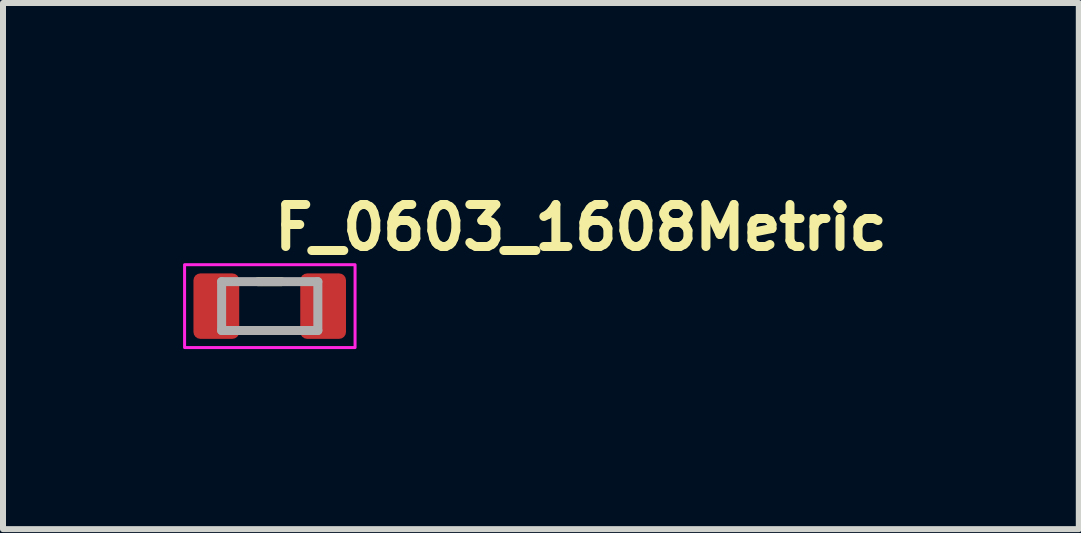
<source format=kicad_pcb>
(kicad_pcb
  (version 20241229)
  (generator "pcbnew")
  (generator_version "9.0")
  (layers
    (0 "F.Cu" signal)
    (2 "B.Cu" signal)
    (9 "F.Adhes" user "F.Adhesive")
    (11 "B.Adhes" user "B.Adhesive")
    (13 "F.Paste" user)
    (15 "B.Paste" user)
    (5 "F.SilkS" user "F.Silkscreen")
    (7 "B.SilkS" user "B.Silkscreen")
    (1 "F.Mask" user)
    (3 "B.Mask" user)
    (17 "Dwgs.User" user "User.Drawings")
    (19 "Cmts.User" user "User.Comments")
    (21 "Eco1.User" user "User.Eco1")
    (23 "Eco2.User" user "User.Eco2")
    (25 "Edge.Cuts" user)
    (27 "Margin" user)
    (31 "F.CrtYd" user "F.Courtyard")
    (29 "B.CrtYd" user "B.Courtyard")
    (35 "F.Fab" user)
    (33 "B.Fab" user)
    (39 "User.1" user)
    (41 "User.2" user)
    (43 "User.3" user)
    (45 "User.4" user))
  (footprint "F_0603_1608Metric"
    (layer "F.Cu")
    (at 1.445 2.05)
    (property "Reference" "F_0603_1608Metric" (at 0 -0.9 0) (layer "F.SilkS") (effects (font (size 0.7 0.7) (thickness 0.15)) (justify left bottom)))
    (attr smd)
    (fp_line (start -0.196 -0.408) (end 0.193 -0.408) (stroke (width 0.15) (type solid)) (layer "F.SilkS"))
    (fp_line (start -0.196 0.406) (end 0.193 0.406) (stroke (width 0.15) (type solid)) (layer "F.SilkS"))
    (fp_rect (start -1.42 -0.69) (end 1.42 0.69) (stroke (width 0.05) (type solid)) (fill no) (layer "F.CrtYd"))
    (fp_line (start -0.803 0.406) (end -0.803 -0.408) (stroke (width 0.15) (type solid)) (layer "F.Fab"))
    (fp_line (start 0.8 -0.408) (end -0.803 -0.408) (stroke (width 0.15) (type solid)) (layer "F.Fab"))
    (fp_line (start 0.8 -0.408) (end 0.8 0.406) (stroke (width 0.15) (type solid)) (layer "F.Fab"))
    (fp_line (start 0.8 0.406) (end -0.803 0.406) (stroke (width 0.15) (type solid)) (layer "F.Fab"))
    (fp_rect (start -0.802 -0.402) (end 0.8 0.4) (stroke (width 0.1) (type solid)) (fill no) (layer "User.5"))
    (fp_line (start -0.802 -0.392) (end -0.802 -0.392) (stroke (width 0.02) (type solid)) (layer "User.9"))
    (fp_line (start -0.802 -0.392) (end -0.801 -0.391) (stroke (width 0.02) (type solid)) (layer "User.9"))
    (fp_line (start -0.802 0.39) (end -0.802 -0.392) (stroke (width 0.02) (type solid)) (layer "User.9"))
    (fp_line (start -0.802 0.39) (end -0.802 0.39) (stroke (width 0.02) (type solid)) (layer "User.9"))
    (fp_line (start -0.802 0.39) (end -0.801 0.39) (stroke (width 0.02) (type solid)) (layer "User.9"))
    (fp_line (start -0.801 -0.396) (end -0.801 -0.395) (stroke (width 0.02) (type solid)) (layer "User.9"))
    (fp_line (start -0.801 -0.395) (end -0.801 -0.395) (stroke (width 0.02) (type solid)) (layer "User.9"))
    (fp_line (start -0.801 -0.395) (end -0.801 -0.394) (stroke (width 0.02) (type solid)) (layer "User.9"))
    (fp_line (start -0.801 -0.394) (end -0.801 -0.394) (stroke (width 0.02) (type solid)) (layer "User.9"))
    (fp_line (start -0.801 -0.394) (end -0.801 -0.394) (stroke (width 0.02) (type solid)) (layer "User.9"))
    (fp_line (start -0.801 -0.394) (end -0.801 -0.393) (stroke (width 0.02) (type solid)) (layer "User.9"))
    (fp_line (start -0.801 -0.393) (end -0.801 -0.393) (stroke (width 0.02) (type solid)) (layer "User.9"))
    (fp_line (start -0.801 -0.393) (end -0.801 -0.392) (stroke (width 0.02) (type solid)) (layer "User.9"))
    (fp_line (start -0.801 -0.392) (end -0.802 -0.392) (stroke (width 0.02) (type solid)) (layer "User.9"))
    (fp_line (start -0.801 -0.391) (end -0.801 -0.39) (stroke (width 0.02) (type solid)) (layer "User.9"))
    (fp_line (start -0.801 -0.39) (end -0.801 -0.39) (stroke (width 0.02) (type solid)) (layer "User.9"))
    (fp_line (start -0.801 -0.39) (end -0.801 -0.389) (stroke (width 0.02) (type solid)) (layer "User.9"))
    (fp_line (start -0.801 -0.389) (end -0.801 -0.389) (stroke (width 0.02) (type solid)) (layer "User.9"))
    (fp_line (start -0.801 -0.389) (end -0.801 -0.389) (stroke (width 0.02) (type solid)) (layer "User.9"))
    (fp_line (start -0.801 -0.389) (end -0.801 -0.388) (stroke (width 0.02) (type solid)) (layer "User.9"))
    (fp_line (start -0.801 -0.388) (end -0.801 -0.388) (stroke (width 0.02) (type solid)) (layer "User.9"))
    (fp_line (start -0.801 -0.388) (end -0.801 -0.387) (stroke (width 0.02) (type solid)) (layer "User.9"))
    (fp_line (start -0.801 -0.387) (end -0.8 -0.387) (stroke (width 0.02) (type solid)) (layer "User.9"))
    (fp_line (start -0.801 0.385) (end -0.801 0.386) (stroke (width 0.02) (type solid)) (layer "User.9"))
    (fp_line (start -0.801 0.386) (end -0.801 0.386) (stroke (width 0.02) (type solid)) (layer "User.9"))
    (fp_line (start -0.801 0.386) (end -0.801 0.387) (stroke (width 0.02) (type solid)) (layer "User.9"))
    (fp_line (start -0.801 0.387) (end -0.801 0.387) (stroke (width 0.02) (type solid)) (layer "User.9"))
    (fp_line (start -0.801 0.387) (end -0.801 0.387) (stroke (width 0.02) (type solid)) (layer "User.9"))
    (fp_line (start -0.801 0.387) (end -0.801 0.388) (stroke (width 0.02) (type solid)) (layer "User.9"))
    (fp_line (start -0.801 0.388) (end -0.801 0.388) (stroke (width 0.02) (type solid)) (layer "User.9"))
    (fp_line (start -0.801 0.388) (end -0.801 0.389) (stroke (width 0.02) (type solid)) (layer "User.9"))
    (fp_line (start -0.801 0.389) (end -0.802 0.39) (stroke (width 0.02) (type solid)) (layer "User.9"))
    (fp_line (start -0.801 0.39) (end -0.801 0.391) (stroke (width 0.02) (type solid)) (layer "User.9"))
    (fp_line (start -0.801 0.391) (end -0.801 0.391) (stroke (width 0.02) (type solid)) (layer "User.9"))
    (fp_line (start -0.801 0.391) (end -0.801 0.392) (stroke (width 0.02) (type solid)) (layer "User.9"))
    (fp_line (start -0.801 0.392) (end -0.801 0.392) (stroke (width 0.02) (type solid)) (layer "User.9"))
    (fp_line (start -0.801 0.392) (end -0.801 0.392) (stroke (width 0.02) (type solid)) (layer "User.9"))
    (fp_line (start -0.801 0.392) (end -0.801 0.393) (stroke (width 0.02) (type solid)) (layer "User.9"))
    (fp_line (start -0.801 0.393) (end -0.801 0.393) (stroke (width 0.02) (type solid)) (layer "User.9"))
    (fp_line (start -0.801 0.393) (end -0.801 0.394) (stroke (width 0.02) (type solid)) (layer "User.9"))
    (fp_line (start -0.801 0.394) (end -0.8 0.394) (stroke (width 0.02) (type solid)) (layer "User.9"))
    (fp_line (start -0.8 -0.397) (end -0.8 -0.397) (stroke (width 0.02) (type solid)) (layer "User.9"))
    (fp_line (start -0.8 -0.397) (end -0.8 -0.397) (stroke (width 0.02) (type solid)) (layer "User.9"))
    (fp_line (start -0.8 -0.397) (end -0.8 -0.396) (stroke (width 0.02) (type solid)) (layer "User.9"))
    (fp_line (start -0.8 -0.396) (end -0.801 -0.396) (stroke (width 0.02) (type solid)) (layer "User.9"))
    (fp_line (start -0.8 -0.387) (end -0.8 -0.386) (stroke (width 0.02) (type solid)) (layer "User.9"))
    (fp_line (start -0.8 -0.386) (end -0.8 -0.386) (stroke (width 0.02) (type solid)) (layer "User.9"))
    (fp_line (start -0.8 -0.386) (end -0.8 -0.386) (stroke (width 0.02) (type solid)) (layer "User.9"))
    (fp_line (start -0.8 -0.386) (end -0.799 -0.384) (stroke (width 0.02) (type solid)) (layer "User.9"))
    (fp_line (start -0.8 0.384) (end -0.8 0.384) (stroke (width 0.02) (type solid)) (layer "User.9"))
    (fp_line (start -0.8 0.384) (end -0.8 0.384) (stroke (width 0.02) (type solid)) (layer "User.9"))
    (fp_line (start -0.8 0.384) (end -0.8 0.385) (stroke (width 0.02) (type solid)) (layer "User.9"))
    (fp_line (start -0.8 0.385) (end -0.801 0.385) (stroke (width 0.02) (type solid)) (layer "User.9"))
    (fp_line (start -0.8 0.394) (end -0.8 0.395) (stroke (width 0.02) (type solid)) (layer "User.9"))
    (fp_line (start -0.8 0.395) (end -0.8 0.395) (stroke (width 0.02) (type solid)) (layer "User.9"))
    (fp_line (start -0.8 0.395) (end -0.8 0.395) (stroke (width 0.02) (type solid)) (layer "User.9"))
    (fp_line (start -0.8 0.395) (end -0.799 0.396) (stroke (width 0.02) (type solid)) (layer "User.9"))
    (fp_line (start -0.799 -0.399) (end -0.799 -0.398) (stroke (width 0.02) (type solid)) (layer "User.9"))
    (fp_line (start -0.799 -0.398) (end -0.8 -0.397) (stroke (width 0.02) (type solid)) (layer "User.9"))
    (fp_line (start -0.799 -0.398) (end -0.799 -0.398) (stroke (width 0.02) (type solid)) (layer "User.9"))
    (fp_line (start -0.799 -0.384) (end -0.799 -0.384) (stroke (width 0.02) (type solid)) (layer "User.9"))
    (fp_line (start -0.799 -0.384) (end -0.799 -0.383) (stroke (width 0.02) (type solid)) (layer "User.9"))
    (fp_line (start -0.799 -0.383) (end -0.798 -0.383) (stroke (width 0.02) (type solid)) (layer "User.9"))
    (fp_line (start -0.799 0.381) (end -0.799 0.382) (stroke (width 0.02) (type solid)) (layer "User.9"))
    (fp_line (start -0.799 0.382) (end -0.8 0.384) (stroke (width 0.02) (type solid)) (layer "User.9"))
    (fp_line (start -0.799 0.382) (end -0.799 0.382) (stroke (width 0.02) (type solid)) (layer "User.9"))
    (fp_line (start -0.799 0.396) (end -0.799 0.396) (stroke (width 0.02) (type solid)) (layer "User.9"))
    (fp_line (start -0.799 0.396) (end -0.799 0.397) (stroke (width 0.02) (type solid)) (layer "User.9"))
    (fp_line (start -0.799 0.397) (end -0.798 0.397) (stroke (width 0.02) (type solid)) (layer "User.9"))
    (fp_line (start -0.798 -0.399) (end -0.799 -0.399) (stroke (width 0.02) (type solid)) (layer "User.9"))
    (fp_line (start -0.798 -0.399) (end -0.798 -0.399) (stroke (width 0.02) (type solid)) (layer "User.9"))
    (fp_line (start -0.798 -0.383) (end -0.798 -0.383) (stroke (width 0.02) (type solid)) (layer "User.9"))
    (fp_line (start -0.798 -0.383) (end -0.797 -0.382) (stroke (width 0.02) (type solid)) (layer "User.9"))
    (fp_line (start -0.798 0.381) (end -0.799 0.381) (stroke (width 0.02) (type solid)) (layer "User.9"))
    (fp_line (start -0.798 0.381) (end -0.798 0.381) (stroke (width 0.02) (type solid)) (layer "User.9"))
    (fp_line (start -0.798 0.397) (end -0.798 0.397) (stroke (width 0.02) (type solid)) (layer "User.9"))
    (fp_line (start -0.798 0.397) (end -0.797 0.398) (stroke (width 0.02) (type solid)) (layer "User.9"))
    (fp_line (start -0.797 -0.4) (end -0.798 -0.399) (stroke (width 0.02) (type solid)) (layer "User.9"))
    (fp_line (start -0.797 -0.4) (end -0.797 -0.4) (stroke (width 0.02) (type solid)) (layer "User.9"))
    (fp_line (start -0.797 -0.4) (end -0.797 -0.4) (stroke (width 0.02) (type solid)) (layer "User.9"))
    (fp_line (start -0.797 -0.382) (end -0.797 -0.382) (stroke (width 0.02) (type solid)) (layer "User.9"))
    (fp_line (start -0.797 -0.382) (end -0.797 -0.382) (stroke (width 0.02) (type solid)) (layer "User.9"))
    (fp_line (start -0.797 -0.382) (end -0.796 -0.382) (stroke (width 0.02) (type solid)) (layer "User.9"))
    (fp_line (start -0.797 0.38) (end -0.798 0.381) (stroke (width 0.02) (type solid)) (layer "User.9"))
    (fp_line (start -0.797 0.38) (end -0.797 0.38) (stroke (width 0.02) (type solid)) (layer "User.9"))
    (fp_line (start -0.797 0.38) (end -0.797 0.38) (stroke (width 0.02) (type solid)) (layer "User.9"))
    (fp_line (start -0.797 0.398) (end -0.797 0.398) (stroke (width 0.02) (type solid)) (layer "User.9"))
    (fp_line (start -0.797 0.398) (end -0.797 0.398) (stroke (width 0.02) (type solid)) (layer "User.9"))
    (fp_line (start -0.797 0.398) (end -0.796 0.398) (stroke (width 0.02) (type solid)) (layer "User.9"))
    (fp_line (start -0.796 -0.401) (end -0.796 -0.4) (stroke (width 0.02) (type solid)) (layer "User.9"))
    (fp_line (start -0.796 -0.4) (end -0.797 -0.4) (stroke (width 0.02) (type solid)) (layer "User.9"))
    (fp_line (start -0.796 -0.382) (end -0.796 -0.381) (stroke (width 0.02) (type solid)) (layer "User.9"))
    (fp_line (start -0.796 -0.381) (end -0.795 -0.381) (stroke (width 0.02) (type solid)) (layer "User.9"))
    (fp_line (start -0.796 0.379) (end -0.796 0.38) (stroke (width 0.02) (type solid)) (layer "User.9"))
    (fp_line (start -0.796 0.38) (end -0.797 0.38) (stroke (width 0.02) (type solid)) (layer "User.9"))
    (fp_line (start -0.796 0.398) (end -0.796 0.399) (stroke (width 0.02) (type solid)) (layer "User.9"))
    (fp_line (start -0.796 0.399) (end -0.795 0.399) (stroke (width 0.02) (type solid)) (layer "User.9"))
    (fp_line (start -0.795 -0.401) (end -0.796 -0.401) (stroke (width 0.02) (type solid)) (layer "User.9"))
    (fp_line (start -0.795 -0.401) (end -0.795 -0.401) (stroke (width 0.02) (type solid)) (layer "User.9"))
    (fp_line (start -0.795 -0.381) (end -0.795 -0.381) (stroke (width 0.02) (type solid)) (layer "User.9"))
    (fp_line (start -0.795 -0.381) (end -0.794 -0.381) (stroke (width 0.02) (type solid)) (layer "User.9"))
    (fp_line (start -0.795 0.379) (end -0.796 0.379) (stroke (width 0.02) (type solid)) (layer "User.9"))
    (fp_line (start -0.795 0.379) (end -0.795 0.379) (stroke (width 0.02) (type solid)) (layer "User.9"))
    (fp_line (start -0.795 0.399) (end -0.795 0.399) (stroke (width 0.02) (type solid)) (layer "User.9"))
    (fp_line (start -0.795 0.399) (end -0.794 0.399) (stroke (width 0.02) (type solid)) (layer "User.9"))
    (fp_line (start -0.794 -0.401) (end -0.795 -0.401) (stroke (width 0.02) (type solid)) (layer "User.9"))
    (fp_line (start -0.794 -0.401) (end -0.794 -0.401) (stroke (width 0.02) (type solid)) (layer "User.9"))
    (fp_line (start -0.794 -0.401) (end -0.794 -0.401) (stroke (width 0.02) (type solid)) (layer "User.9"))
    (fp_line (start -0.794 -0.381) (end -0.794 -0.381) (stroke (width 0.02) (type solid)) (layer "User.9"))
    (fp_line (start -0.794 -0.381) (end -0.794 -0.381) (stroke (width 0.02) (type solid)) (layer "User.9"))
    (fp_line (start -0.794 -0.381) (end -0.793 -0.381) (stroke (width 0.02) (type solid)) (layer "User.9"))
    (fp_line (start -0.794 0.379) (end -0.795 0.379) (stroke (width 0.02) (type solid)) (layer "User.9"))
    (fp_line (start -0.794 0.379) (end -0.794 0.379) (stroke (width 0.02) (type solid)) (layer "User.9"))
    (fp_line (start -0.794 0.379) (end -0.794 0.379) (stroke (width 0.02) (type solid)) (layer "User.9"))
    (fp_line (start -0.794 0.399) (end -0.794 0.399) (stroke (width 0.02) (type solid)) (layer "User.9"))
    (fp_line (start -0.794 0.399) (end -0.794 0.399) (stroke (width 0.02) (type solid)) (layer "User.9"))
    (fp_line (start -0.794 0.399) (end -0.793 0.399) (stroke (width 0.02) (type solid)) (layer "User.9"))
    (fp_line (start -0.793 -0.401) (end -0.794 -0.401) (stroke (width 0.02) (type solid)) (layer "User.9"))
    (fp_line (start -0.793 -0.401) (end -0.793 -0.401) (stroke (width 0.02) (type solid)) (layer "User.9"))
    (fp_line (start -0.793 -0.381) (end -0.793 -0.381) (stroke (width 0.02) (type solid)) (layer "User.9"))
    (fp_line (start -0.793 -0.381) (end -0.792 -0.381) (stroke (width 0.02) (type solid)) (layer "User.9"))
    (fp_line (start -0.793 0.379) (end -0.794 0.379) (stroke (width 0.02) (type solid)) (layer "User.9"))
    (fp_line (start -0.793 0.379) (end -0.793 0.379) (stroke (width 0.02) (type solid)) (layer "User.9"))
    (fp_line (start -0.793 0.399) (end -0.793 0.399) (stroke (width 0.02) (type solid)) (layer "User.9"))
    (fp_line (start -0.793 0.399) (end -0.792 0.399) (stroke (width 0.02) (type solid)) (layer "User.9"))
    (fp_line (start -0.792 -0.402) (end -0.792 -0.402) (stroke (width 0.02) (type solid)) (layer "User.9"))
    (fp_line (start -0.792 -0.402) (end -0.792 -0.401) (stroke (width 0.02) (type solid)) (layer "User.9"))
    (fp_line (start -0.792 -0.402) (end -0.777 -0.402) (stroke (width 0.02) (type solid)) (layer "User.9"))
    (fp_line (start -0.792 -0.402) (end -0.772 -0.402) (stroke (width 0.02) (type solid)) (layer "User.9"))
    (fp_line (start -0.792 -0.401) (end -0.793 -0.401) (stroke (width 0.02) (type solid)) (layer "User.9"))
    (fp_line (start -0.792 -0.381) (end -0.792 -0.38) (stroke (width 0.02) (type solid)) (layer "User.9"))
    (fp_line (start -0.792 -0.38) (end -0.792 -0.38) (stroke (width 0.02) (type solid)) (layer "User.9"))
    (fp_line (start -0.792 -0.38) (end -0.791 -0.381) (stroke (width 0.02) (type solid)) (layer "User.9"))
    (fp_line (start -0.792 0.378) (end -0.792 0.378) (stroke (width 0.02) (type solid)) (layer "User.9"))
    (fp_line (start -0.792 0.378) (end -0.792 0.379) (stroke (width 0.02) (type solid)) (layer "User.9"))
    (fp_line (start -0.792 0.379) (end -0.793 0.379) (stroke (width 0.02) (type solid)) (layer "User.9"))
    (fp_line (start -0.792 0.399) (end -0.792 0.4) (stroke (width 0.02) (type solid)) (layer "User.9"))
    (fp_line (start -0.792 0.4) (end -0.792 0.4) (stroke (width 0.02) (type solid)) (layer "User.9"))
    (fp_line (start -0.792 0.4) (end -0.791 0.399) (stroke (width 0.02) (type solid)) (layer "User.9"))
    (fp_line (start -0.792 0.4) (end -0.777 0.4) (stroke (width 0.02) (type solid)) (layer "User.9"))
    (fp_line (start -0.792 0.4) (end -0.772 0.4) (stroke (width 0.02) (type solid)) (layer "User.9"))
    (fp_line (start -0.791 -0.401) (end -0.792 -0.402) (stroke (width 0.02) (type solid)) (layer "User.9"))
    (fp_line (start -0.791 -0.381) (end -0.79 -0.381) (stroke (width 0.02) (type solid)) (layer "User.9"))
    (fp_line (start -0.791 0.379) (end -0.792 0.378) (stroke (width 0.02) (type solid)) (layer "User.9"))
    (fp_line (start -0.791 0.399) (end -0.79 0.399) (stroke (width 0.02) (type solid)) (layer "User.9"))
    (fp_line (start -0.79 -0.401) (end -0.791 -0.401) (stroke (width 0.02) (type solid)) (layer "User.9"))
    (fp_line (start -0.79 -0.401) (end -0.79 -0.401) (stroke (width 0.02) (type solid)) (layer "User.9"))
    (fp_line (start -0.79 -0.381) (end -0.79 -0.381) (stroke (width 0.02) (type solid)) (layer "User.9"))
    (fp_line (start -0.79 -0.381) (end -0.789 -0.381) (stroke (width 0.02) (type solid)) (layer "User.9"))
    (fp_line (start -0.79 0.379) (end -0.791 0.379) (stroke (width 0.02) (type solid)) (layer "User.9"))
    (fp_line (start -0.79 0.379) (end -0.79 0.379) (stroke (width 0.02) (type solid)) (layer "User.9"))
    (fp_line (start -0.79 0.399) (end -0.79 0.399) (stroke (width 0.02) (type solid)) (layer "User.9"))
    (fp_line (start -0.79 0.399) (end -0.789 0.399) (stroke (width 0.02) (type solid)) (layer "User.9"))
    (fp_line (start -0.789 -0.401) (end -0.79 -0.401) (stroke (width 0.02) (type solid)) (layer "User.9"))
    (fp_line (start -0.789 -0.401) (end -0.789 -0.401) (stroke (width 0.02) (type solid)) (layer "User.9"))
    (fp_line (start -0.789 -0.401) (end -0.789 -0.401) (stroke (width 0.02) (type solid)) (layer "User.9"))
    (fp_line (start -0.789 -0.381) (end -0.789 -0.381) (stroke (width 0.02) (type solid)) (layer "User.9"))
    (fp_line (start -0.789 -0.381) (end -0.789 -0.381) (stroke (width 0.02) (type solid)) (layer "User.9"))
    (fp_line (start -0.789 -0.381) (end -0.788 -0.381) (stroke (width 0.02) (type solid)) (layer "User.9"))
    (fp_line (start -0.789 0.379) (end -0.79 0.379) (stroke (width 0.02) (type solid)) (layer "User.9"))
    (fp_line (start -0.789 0.379) (end -0.789 0.379) (stroke (width 0.02) (type solid)) (layer "User.9"))
    (fp_line (start -0.789 0.379) (end -0.789 0.379) (stroke (width 0.02) (type solid)) (layer "User.9"))
    (fp_line (start -0.789 0.399) (end -0.789 0.399) (stroke (width 0.02) (type solid)) (layer "User.9"))
    (fp_line (start -0.789 0.399) (end -0.789 0.399) (stroke (width 0.02) (type solid)) (layer "User.9"))
    (fp_line (start -0.789 0.399) (end -0.788 0.399) (stroke (width 0.02) (type solid)) (layer "User.9"))
    (fp_line (start -0.788 -0.401) (end -0.789 -0.401) (stroke (width 0.02) (type solid)) (layer "User.9"))
    (fp_line (start -0.788 -0.401) (end -0.788 -0.401) (stroke (width 0.02) (type solid)) (layer "User.9"))
    (fp_line (start -0.788 -0.381) (end -0.788 -0.381) (stroke (width 0.02) (type solid)) (layer "User.9"))
    (fp_line (start -0.788 -0.381) (end -0.787 -0.381) (stroke (width 0.02) (type solid)) (layer "User.9"))
    (fp_line (start -0.788 0.379) (end -0.789 0.379) (stroke (width 0.02) (type solid)) (layer "User.9"))
    (fp_line (start -0.788 0.379) (end -0.788 0.379) (stroke (width 0.02) (type solid)) (layer "User.9"))
    (fp_line (start -0.788 0.399) (end -0.788 0.399) (stroke (width 0.02) (type solid)) (layer "User.9"))
    (fp_line (start -0.788 0.399) (end -0.787 0.399) (stroke (width 0.02) (type solid)) (layer "User.9"))
    (fp_line (start -0.787 -0.401) (end -0.788 -0.401) (stroke (width 0.02) (type solid)) (layer "User.9"))
    (fp_line (start -0.787 -0.4) (end -0.787 -0.401) (stroke (width 0.02) (type solid)) (layer "User.9"))
    (fp_line (start -0.787 -0.382) (end -0.786 -0.382) (stroke (width 0.02) (type solid)) (layer "User.9"))
    (fp_line (start -0.787 -0.381) (end -0.787 -0.382) (stroke (width 0.02) (type solid)) (layer "User.9"))
    (fp_line (start -0.787 0.379) (end -0.788 0.379) (stroke (width 0.02) (type solid)) (layer "User.9"))
    (fp_line (start -0.787 0.38) (end -0.787 0.379) (stroke (width 0.02) (type solid)) (layer "User.9"))
    (fp_line (start -0.787 0.398) (end -0.786 0.398) (stroke (width 0.02) (type solid)) (layer "User.9"))
    (fp_line (start -0.787 0.399) (end -0.787 0.398) (stroke (width 0.02) (type solid)) (layer "User.9"))
    (fp_line (start -0.786 -0.4) (end -0.787 -0.4) (stroke (width 0.02) (type solid)) (layer "User.9"))
    (fp_line (start -0.786 -0.4) (end -0.786 -0.4) (stroke (width 0.02) (type solid)) (layer "User.9"))
    (fp_line (start -0.786 -0.4) (end -0.786 -0.4) (stroke (width 0.02) (type solid)) (layer "User.9"))
    (fp_line (start -0.786 -0.382) (end -0.786 -0.382) (stroke (width 0.02) (type solid)) (layer "User.9"))
    (fp_line (start -0.786 -0.382) (end -0.786 -0.382) (stroke (width 0.02) (type solid)) (layer "User.9"))
    (fp_line (start -0.786 -0.382) (end -0.785 -0.383) (stroke (width 0.02) (type solid)) (layer "User.9"))
    (fp_line (start -0.786 0.38) (end -0.787 0.38) (stroke (width 0.02) (type solid)) (layer "User.9"))
    (fp_line (start -0.786 0.38) (end -0.786 0.38) (stroke (width 0.02) (type solid)) (layer "User.9"))
    (fp_line (start -0.786 0.38) (end -0.786 0.38) (stroke (width 0.02) (type solid)) (layer "User.9"))
    (fp_line (start -0.786 0.398) (end -0.786 0.398) (stroke (width 0.02) (type solid)) (layer "User.9"))
    (fp_line (start -0.786 0.398) (end -0.786 0.398) (stroke (width 0.02) (type solid)) (layer "User.9"))
    (fp_line (start -0.786 0.398) (end -0.785 0.397) (stroke (width 0.02) (type solid)) (layer "User.9"))
    (fp_line (start -0.785 -0.399) (end -0.786 -0.4) (stroke (width 0.02) (type solid)) (layer "User.9"))
    (fp_line (start -0.785 -0.399) (end -0.785 -0.399) (stroke (width 0.02) (type solid)) (layer "User.9"))
    (fp_line (start -0.785 -0.383) (end -0.785 -0.383) (stroke (width 0.02) (type solid)) (layer "User.9"))
    (fp_line (start -0.785 -0.383) (end -0.784 -0.383) (stroke (width 0.02) (type solid)) (layer "User.9"))
    (fp_line (start -0.785 0.381) (end -0.786 0.38) (stroke (width 0.02) (type solid)) (layer "User.9"))
    (fp_line (start -0.785 0.381) (end -0.785 0.381) (stroke (width 0.02) (type solid)) (layer "User.9"))
    (fp_line (start -0.785 0.397) (end -0.785 0.397) (stroke (width 0.02) (type solid)) (layer "User.9"))
    (fp_line (start -0.785 0.397) (end -0.784 0.397) (stroke (width 0.02) (type solid)) (layer "User.9"))
    (fp_line (start -0.784 -0.399) (end -0.785 -0.399) (stroke (width 0.02) (type solid)) (layer "User.9"))
    (fp_line (start -0.784 -0.398) (end -0.784 -0.399) (stroke (width 0.02) (type solid)) (layer "User.9"))
    (fp_line (start -0.784 -0.398) (end -0.784 -0.398) (stroke (width 0.02) (type solid)) (layer "User.9"))
    (fp_line (start -0.784 -0.384) (end -0.784 -0.384) (stroke (width 0.02) (type solid)) (layer "User.9"))
    (fp_line (start -0.784 -0.384) (end -0.783 -0.386) (stroke (width 0.02) (type solid)) (layer "User.9"))
    (fp_line (start -0.784 -0.383) (end -0.784 -0.384) (stroke (width 0.02) (type solid)) (layer "User.9"))
    (fp_line (start -0.784 0.381) (end -0.785 0.381) (stroke (width 0.02) (type solid)) (layer "User.9"))
    (fp_line (start -0.784 0.382) (end -0.784 0.381) (stroke (width 0.02) (type solid)) (layer "User.9"))
    (fp_line (start -0.784 0.382) (end -0.784 0.382) (stroke (width 0.02) (type solid)) (layer "User.9"))
    (fp_line (start -0.784 0.396) (end -0.784 0.396) (stroke (width 0.02) (type solid)) (layer "User.9"))
    (fp_line (start -0.784 0.396) (end -0.783 0.395) (stroke (width 0.02) (type solid)) (layer "User.9"))
    (fp_line (start -0.784 0.397) (end -0.784 0.396) (stroke (width 0.02) (type solid)) (layer "User.9"))
    (fp_line (start -0.783 -0.397) (end -0.784 -0.398) (stroke (width 0.02) (type solid)) (layer "User.9"))
    (fp_line (start -0.783 -0.397) (end -0.783 -0.397) (stroke (width 0.02) (type solid)) (layer "User.9"))
    (fp_line (start -0.783 -0.397) (end -0.783 -0.397) (stroke (width 0.02) (type solid)) (layer "User.9"))
    (fp_line (start -0.783 -0.396) (end -0.783 -0.397) (stroke (width 0.02) (type solid)) (layer "User.9"))
    (fp_line (start -0.783 -0.387) (end -0.782 -0.387) (stroke (width 0.02) (type solid)) (layer "User.9"))
    (fp_line (start -0.783 -0.386) (end -0.783 -0.387) (stroke (width 0.02) (type solid)) (layer "User.9"))
    (fp_line (start -0.783 -0.386) (end -0.783 -0.386) (stroke (width 0.02) (type solid)) (layer "User.9"))
    (fp_line (start -0.783 -0.386) (end -0.783 -0.386) (stroke (width 0.02) (type solid)) (layer "User.9"))
    (fp_line (start -0.783 0.384) (end -0.784 0.382) (stroke (width 0.02) (type solid)) (layer "User.9"))
    (fp_line (start -0.783 0.384) (end -0.783 0.384) (stroke (width 0.02) (type solid)) (layer "User.9"))
    (fp_line (start -0.783 0.384) (end -0.783 0.384) (stroke (width 0.02) (type solid)) (layer "User.9"))
    (fp_line (start -0.783 0.385) (end -0.783 0.384) (stroke (width 0.02) (type solid)) (layer "User.9"))
    (fp_line (start -0.783 0.394) (end -0.782 0.394) (stroke (width 0.02) (type solid)) (layer "User.9"))
    (fp_line (start -0.783 0.395) (end -0.783 0.394) (stroke (width 0.02) (type solid)) (layer "User.9"))
    (fp_line (start -0.783 0.395) (end -0.783 0.395) (stroke (width 0.02) (type solid)) (layer "User.9"))
    (fp_line (start -0.783 0.395) (end -0.783 0.395) (stroke (width 0.02) (type solid)) (layer "User.9"))
    (fp_line (start -0.782 -0.396) (end -0.783 -0.396) (stroke (width 0.02) (type solid)) (layer "User.9"))
    (fp_line (start -0.782 -0.395) (end -0.782 -0.396) (stroke (width 0.02) (type solid)) (layer "User.9"))
    (fp_line (start -0.782 -0.395) (end -0.782 -0.395) (stroke (width 0.02) (type solid)) (layer "User.9"))
    (fp_line (start -0.782 -0.394) (end -0.782 -0.395) (stroke (width 0.02) (type solid)) (layer "User.9"))
    (fp_line (start -0.782 -0.394) (end -0.782 -0.394) (stroke (width 0.02) (type solid)) (layer "User.9"))
    (fp_line (start -0.782 -0.394) (end -0.782 -0.394) (stroke (width 0.02) (type solid)) (layer "User.9"))
    (fp_line (start -0.782 -0.393) (end -0.782 -0.394) (stroke (width 0.02) (type solid)) (layer "User.9"))
    (fp_line (start -0.782 -0.393) (end -0.782 -0.393) (stroke (width 0.02) (type solid)) (layer "User.9"))
    (fp_line (start -0.782 -0.392) (end -0.782 -0.393) (stroke (width 0.02) (type solid)) (layer "User.9"))
    (fp_line (start -0.782 -0.392) (end -0.782 -0.392) (stroke (width 0.02) (type solid)) (layer "User.9"))
    (fp_line (start -0.782 -0.392) (end -0.782 -0.392) (stroke (width 0.02) (type solid)) (layer "User.9"))
    (fp_line (start -0.782 -0.392) (end -0.782 -0.392) (stroke (width 0.02) (type solid)) (layer "User.9"))
    (fp_line (start -0.782 -0.391) (end -0.782 -0.392) (stroke (width 0.02) (type solid)) (layer "User.9"))
    (fp_line (start -0.782 -0.39) (end -0.782 -0.391) (stroke (width 0.02) (type solid)) (layer "User.9"))
    (fp_line (start -0.782 -0.39) (end -0.782 -0.39) (stroke (width 0.02) (type solid)) (layer "User.9"))
    (fp_line (start -0.782 -0.389) (end -0.782 -0.39) (stroke (width 0.02) (type solid)) (layer "User.9"))
    (fp_line (start -0.782 -0.389) (end -0.782 -0.389) (stroke (width 0.02) (type solid)) (layer "User.9"))
    (fp_line (start -0.782 -0.389) (end -0.782 -0.389) (stroke (width 0.02) (type solid)) (layer "User.9"))
    (fp_line (start -0.782 -0.388) (end -0.782 -0.389) (stroke (width 0.02) (type solid)) (layer "User.9"))
    (fp_line (start -0.782 -0.388) (end -0.782 -0.388) (stroke (width 0.02) (type solid)) (layer "User.9"))
    (fp_line (start -0.782 -0.387) (end -0.782 -0.388) (stroke (width 0.02) (type solid)) (layer "User.9"))
    (fp_line (start -0.782 0.385) (end -0.783 0.385) (stroke (width 0.02) (type solid)) (layer "User.9"))
    (fp_line (start -0.782 0.386) (end -0.782 0.385) (stroke (width 0.02) (type solid)) (layer "User.9"))
    (fp_line (start -0.782 0.386) (end -0.782 0.386) (stroke (width 0.02) (type solid)) (layer "User.9"))
    (fp_line (start -0.782 0.387) (end -0.782 0.386) (stroke (width 0.02) (type solid)) (layer "User.9"))
    (fp_line (start -0.782 0.387) (end -0.782 0.387) (stroke (width 0.02) (type solid)) (layer "User.9"))
    (fp_line (start -0.782 0.387) (end -0.782 0.387) (stroke (width 0.02) (type solid)) (layer "User.9"))
    (fp_line (start -0.782 0.388) (end -0.782 0.387) (stroke (width 0.02) (type solid)) (layer "User.9"))
    (fp_line (start -0.782 0.388) (end -0.782 0.388) (stroke (width 0.02) (type solid)) (layer "User.9"))
    (fp_line (start -0.782 0.389) (end -0.782 0.388) (stroke (width 0.02) (type solid)) (layer "User.9"))
    (fp_line (start -0.782 0.39) (end -0.782 0.389) (stroke (width 0.02) (type solid)) (layer "User.9"))
    (fp_line (start -0.782 0.39) (end -0.782 0.39) (stroke (width 0.02) (type solid)) (layer "User.9"))
    (fp_line (start -0.782 0.39) (end -0.782 0.39) (stroke (width 0.02) (type solid)) (layer "User.9"))
    (fp_line (start -0.782 0.39) (end -0.782 0.39) (stroke (width 0.02) (type solid)) (layer "User.9"))
    (fp_line (start -0.782 0.391) (end -0.782 0.39) (stroke (width 0.02) (type solid)) (layer "User.9"))
    (fp_line (start -0.782 0.391) (end -0.782 0.391) (stroke (width 0.02) (type solid)) (layer "User.9"))
    (fp_line (start -0.782 0.392) (end -0.782 0.391) (stroke (width 0.02) (type solid)) (layer "User.9"))
    (fp_line (start -0.782 0.392) (end -0.782 0.392) (stroke (width 0.02) (type solid)) (layer "User.9"))
    (fp_line (start -0.782 0.392) (end -0.782 0.392) (stroke (width 0.02) (type solid)) (layer "User.9"))
    (fp_line (start -0.782 0.393) (end -0.782 0.392) (stroke (width 0.02) (type solid)) (layer "User.9"))
    (fp_line (start -0.782 0.393) (end -0.782 0.393) (stroke (width 0.02) (type solid)) (layer "User.9"))
    (fp_line (start -0.782 0.394) (end -0.782 0.393) (stroke (width 0.02) (type solid)) (layer "User.9"))
    (fp_line (start -0.777 -0.402) (end -0.772 -0.402) (stroke (width 0.02) (type solid)) (layer "User.9"))
    (fp_line (start -0.777 -0.402) (end -0.772 -0.402) (stroke (width 0.02) (type solid)) (layer "User.9"))
    (fp_line (start -0.772 -0.402) (end -0.792 -0.402) (stroke (width 0.02) (type solid)) (layer "User.9"))
    (fp_line (start -0.772 -0.402) (end -0.6 -0.402) (stroke (width 0.02) (type solid)) (layer "User.9"))
    (fp_line (start -0.772 0.4) (end -0.792 0.4) (stroke (width 0.02) (type solid)) (layer "User.9"))
    (fp_line (start -0.6 -0.402) (end -0.59 -0.392) (stroke (width 0.02) (type solid)) (layer "User.9"))
    (fp_line (start -0.6 -0.402) (end 0.598 -0.402) (stroke (width 0.02) (type solid)) (layer "User.9"))
    (fp_line (start -0.6 0.4) (end -0.772 0.4) (stroke (width 0.02) (type solid)) (layer "User.9"))
    (fp_line (start -0.6 0.4) (end -0.6 -0.402) (stroke (width 0.02) (type solid)) (layer "User.9"))
    (fp_line (start -0.59 0.39) (end -0.6 0.4) (stroke (width 0.02) (type solid)) (layer "User.9"))
    (fp_line (start -0.402 -0.25) (end -0.402 0.248) (stroke (width 0.02) (type solid)) (layer "User.9"))
    (fp_line (start -0.402 0.248) (end -0.332 0.248) (stroke (width 0.02) (type solid)) (layer "User.9"))
    (fp_line (start -0.332 -0.18) (end -0.15 -0.18) (stroke (width 0.02) (type solid)) (layer "User.9"))
    (fp_line (start -0.332 -0.037) (end -0.332 -0.18) (stroke (width 0.02) (type solid)) (layer "User.9"))
    (fp_line (start -0.332 0.248) (end -0.331 0.035) (stroke (width 0.02) (type solid)) (layer "User.9"))
    (fp_line (start -0.331 0.035) (end -0.15 0.035) (stroke (width 0.02) (type solid)) (layer "User.9"))
    (fp_line (start -0.15 -0.25) (end -0.402 -0.25) (stroke (width 0.02) (type solid)) (layer "User.9"))
    (fp_line (start -0.15 -0.18) (end -0.15 -0.25) (stroke (width 0.02) (type solid)) (layer "User.9"))
    (fp_line (start -0.15 -0.037) (end -0.332 -0.037) (stroke (width 0.02) (type solid)) (layer "User.9"))
    (fp_line (start -0.15 0.035) (end -0.15 -0.037) (stroke (width 0.02) (type solid)) (layer "User.9"))
    (fp_line (start 0.148 -0.037) (end 0.148 0.035) (stroke (width 0.02) (type solid)) (layer "User.9"))
    (fp_line (start 0.148 0.035) (end 0.33 0.035) (stroke (width 0.02) (type solid)) (layer "User.9"))
    (fp_line (start 0.148 0.178) (end 0.148 0.248) (stroke (width 0.02) (type solid)) (layer "User.9"))
    (fp_line (start 0.148 0.248) (end 0.4 0.248) (stroke (width 0.02) (type solid)) (layer "User.9"))
    (fp_line (start 0.329 -0.037) (end 0.148 -0.037) (stroke (width 0.02) (type solid)) (layer "User.9"))
    (fp_line (start 0.33 -0.25) (end 0.329 -0.037) (stroke (width 0.02) (type solid)) (layer "User.9"))
    (fp_line (start 0.33 0.035) (end 0.33 0.178) (stroke (width 0.02) (type solid)) (layer "User.9"))
    (fp_line (start 0.33 0.178) (end 0.148 0.178) (stroke (width 0.02) (type solid)) (layer "User.9"))
    (fp_line (start 0.4 -0.25) (end 0.33 -0.25) (stroke (width 0.02) (type solid)) (layer "User.9"))
    (fp_line (start 0.4 0.248) (end 0.4 -0.25) (stroke (width 0.02) (type solid)) (layer "User.9"))
    (fp_line (start 0.588 -0.392) (end 0.598 -0.402) (stroke (width 0.02) (type solid)) (layer "User.9"))
    (fp_line (start 0.588 0.39) (end 0.598 0.4) (stroke (width 0.02) (type solid)) (layer "User.9"))
    (fp_line (start 0.598 -0.402) (end 0.598 0.4) (stroke (width 0.02) (type solid)) (layer "User.9"))
    (fp_line (start 0.598 -0.402) (end 0.77 -0.402) (stroke (width 0.02) (type solid)) (layer "User.9"))
    (fp_line (start 0.598 0.4) (end -0.6 0.4) (stroke (width 0.02) (type solid)) (layer "User.9"))
    (fp_line (start 0.77 -0.402) (end 0.775 -0.402) (stroke (width 0.02) (type solid)) (layer "User.9"))
    (fp_line (start 0.77 -0.402) (end 0.79 -0.402) (stroke (width 0.02) (type solid)) (layer "User.9"))
    (fp_line (start 0.77 0.4) (end 0.598 0.4) (stroke (width 0.02) (type solid)) (layer "User.9"))
    (fp_line (start 0.77 0.4) (end 0.79 0.4) (stroke (width 0.02) (type solid)) (layer "User.9"))
    (fp_line (start 0.775 -0.402) (end 0.77 -0.402) (stroke (width 0.02) (type solid)) (layer "User.9"))
    (fp_line (start 0.775 -0.402) (end 0.79 -0.402) (stroke (width 0.02) (type solid)) (layer "User.9"))
    (fp_line (start 0.775 0.4) (end 0.77 0.4) (stroke (width 0.02) (type solid)) (layer "User.9"))
    (fp_line (start 0.775 0.4) (end 0.77 0.4) (stroke (width 0.02) (type solid)) (layer "User.9"))
    (fp_line (start 0.78 -0.396) (end 0.78 -0.395) (stroke (width 0.02) (type solid)) (layer "User.9"))
    (fp_line (start 0.78 -0.395) (end 0.78 -0.395) (stroke (width 0.02) (type solid)) (layer "User.9"))
    (fp_line (start 0.78 -0.395) (end 0.78 -0.394) (stroke (width 0.02) (type solid)) (layer "User.9"))
    (fp_line (start 0.78 -0.394) (end 0.78 -0.394) (stroke (width 0.02) (type solid)) (layer "User.9"))
    (fp_line (start 0.78 -0.394) (end 0.78 -0.394) (stroke (width 0.02) (type solid)) (layer "User.9"))
    (fp_line (start 0.78 -0.394) (end 0.78 -0.393) (stroke (width 0.02) (type solid)) (layer "User.9"))
    (fp_line (start 0.78 -0.393) (end 0.78 -0.393) (stroke (width 0.02) (type solid)) (layer "User.9"))
    (fp_line (start 0.78 -0.393) (end 0.78 -0.392) (stroke (width 0.02) (type solid)) (layer "User.9"))
    (fp_line (start 0.78 -0.392) (end 0.78 -0.392) (stroke (width 0.02) (type solid)) (layer "User.9"))
    (fp_line (start 0.78 -0.392) (end 0.78 -0.392) (stroke (width 0.02) (type solid)) (layer "User.9"))
    (fp_line (start 0.78 -0.392) (end 0.78 -0.391) (stroke (width 0.02) (type solid)) (layer "User.9"))
    (fp_line (start 0.78 -0.391) (end 0.78 -0.39) (stroke (width 0.02) (type solid)) (layer "User.9"))
    (fp_line (start 0.78 -0.39) (end 0.78 -0.39) (stroke (width 0.02) (type solid)) (layer "User.9"))
    (fp_line (start 0.78 -0.39) (end 0.78 -0.389) (stroke (width 0.02) (type solid)) (layer "User.9"))
    (fp_line (start 0.78 -0.389) (end 0.78 -0.389) (stroke (width 0.02) (type solid)) (layer "User.9"))
    (fp_line (start 0.78 -0.389) (end 0.78 -0.389) (stroke (width 0.02) (type solid)) (layer "User.9"))
    (fp_line (start 0.78 -0.389) (end 0.78 -0.388) (stroke (width 0.02) (type solid)) (layer "User.9"))
    (fp_line (start 0.78 -0.388) (end 0.78 -0.388) (stroke (width 0.02) (type solid)) (layer "User.9"))
    (fp_line (start 0.78 -0.388) (end 0.78 -0.387) (stroke (width 0.02) (type solid)) (layer "User.9"))
    (fp_line (start 0.78 -0.387) (end 0.781 -0.387) (stroke (width 0.02) (type solid)) (layer "User.9"))
    (fp_line (start 0.78 0.385) (end 0.78 0.386) (stroke (width 0.02) (type solid)) (layer "User.9"))
    (fp_line (start 0.78 0.386) (end 0.78 0.386) (stroke (width 0.02) (type solid)) (layer "User.9"))
    (fp_line (start 0.78 0.386) (end 0.78 0.387) (stroke (width 0.02) (type solid)) (layer "User.9"))
    (fp_line (start 0.78 0.387) (end 0.78 0.387) (stroke (width 0.02) (type solid)) (layer "User.9"))
    (fp_line (start 0.78 0.387) (end 0.78 0.387) (stroke (width 0.02) (type solid)) (layer "User.9"))
    (fp_line (start 0.78 0.387) (end 0.78 0.388) (stroke (width 0.02) (type solid)) (layer "User.9"))
    (fp_line (start 0.78 0.388) (end 0.78 0.388) (stroke (width 0.02) (type solid)) (layer "User.9"))
    (fp_line (start 0.78 0.388) (end 0.78 0.389) (stroke (width 0.02) (type solid)) (layer "User.9"))
    (fp_line (start 0.78 0.389) (end 0.78 0.39) (stroke (width 0.02) (type solid)) (layer "User.9"))
    (fp_line (start 0.78 0.39) (end 0.78 0.39) (stroke (width 0.02) (type solid)) (layer "User.9"))
    (fp_line (start 0.78 0.39) (end 0.78 0.39) (stroke (width 0.02) (type solid)) (layer "User.9"))
    (fp_line (start 0.78 0.39) (end 0.78 0.391) (stroke (width 0.02) (type solid)) (layer "User.9"))
    (fp_line (start 0.78 0.391) (end 0.78 0.391) (stroke (width 0.02) (type solid)) (layer "User.9"))
    (fp_line (start 0.78 0.391) (end 0.78 0.392) (stroke (width 0.02) (type solid)) (layer "User.9"))
    (fp_line (start 0.78 0.392) (end 0.78 0.392) (stroke (width 0.02) (type solid)) (layer "User.9"))
    (fp_line (start 0.78 0.392) (end 0.78 0.392) (stroke (width 0.02) (type solid)) (layer "User.9"))
    (fp_line (start 0.78 0.392) (end 0.78 0.393) (stroke (width 0.02) (type solid)) (layer "User.9"))
    (fp_line (start 0.78 0.393) (end 0.78 0.393) (stroke (width 0.02) (type solid)) (layer "User.9"))
    (fp_line (start 0.78 0.393) (end 0.78 0.394) (stroke (width 0.02) (type solid)) (layer "User.9"))
    (fp_line (start 0.78 0.394) (end 0.781 0.394) (stroke (width 0.02) (type solid)) (layer "User.9"))
    (fp_line (start 0.781 -0.397) (end 0.781 -0.397) (stroke (width 0.02) (type solid)) (layer "User.9"))
    (fp_line (start 0.781 -0.397) (end 0.781 -0.397) (stroke (width 0.02) (type solid)) (layer "User.9"))
    (fp_line (start 0.781 -0.397) (end 0.781 -0.396) (stroke (width 0.02) (type solid)) (layer "User.9"))
    (fp_line (start 0.781 -0.396) (end 0.78 -0.396) (stroke (width 0.02) (type solid)) (layer "User.9"))
    (fp_line (start 0.781 -0.387) (end 0.781 -0.386) (stroke (width 0.02) (type solid)) (layer "User.9"))
    (fp_line (start 0.781 -0.386) (end 0.781 -0.386) (stroke (width 0.02) (type solid)) (layer "User.9"))
    (fp_line (start 0.781 -0.386) (end 0.781 -0.386) (stroke (width 0.02) (type solid)) (layer "User.9"))
    (fp_line (start 0.781 -0.386) (end 0.782 -0.384) (stroke (width 0.02) (type solid)) (layer "User.9"))
    (fp_line (start 0.781 0.384) (end 0.781 0.384) (stroke (width 0.02) (type solid)) (layer "User.9"))
    (fp_line (start 0.781 0.384) (end 0.781 0.384) (stroke (width 0.02) (type solid)) (layer "User.9"))
    (fp_line (start 0.781 0.384) (end 0.781 0.385) (stroke (width 0.02) (type solid)) (layer "User.9"))
    (fp_line (start 0.781 0.385) (end 0.78 0.385) (stroke (width 0.02) (type solid)) (layer "User.9"))
    (fp_line (start 0.781 0.394) (end 0.781 0.395) (stroke (width 0.02) (type solid)) (layer "User.9"))
    (fp_line (start 0.781 0.395) (end 0.781 0.395) (stroke (width 0.02) (type solid)) (layer "User.9"))
    (fp_line (start 0.781 0.395) (end 0.781 0.395) (stroke (width 0.02) (type solid)) (layer "User.9"))
    (fp_line (start 0.781 0.395) (end 0.782 0.396) (stroke (width 0.02) (type solid)) (layer "User.9"))
    (fp_line (start 0.782 -0.399) (end 0.782 -0.398) (stroke (width 0.02) (type solid)) (layer "User.9"))
    (fp_line (start 0.782 -0.398) (end 0.781 -0.397) (stroke (width 0.02) (type solid)) (layer "User.9"))
    (fp_line (start 0.782 -0.398) (end 0.782 -0.398) (stroke (width 0.02) (type solid)) (layer "User.9"))
    (fp_line (start 0.782 -0.384) (end 0.782 -0.384) (stroke (width 0.02) (type solid)) (layer "User.9"))
    (fp_line (start 0.782 -0.384) (end 0.782 -0.383) (stroke (width 0.02) (type solid)) (layer "User.9"))
    (fp_line (start 0.782 -0.383) (end 0.783 -0.383) (stroke (width 0.02) (type solid)) (layer "User.9"))
    (fp_line (start 0.782 0.381) (end 0.782 0.382) (stroke (width 0.02) (type solid)) (layer "User.9"))
    (fp_line (start 0.782 0.382) (end 0.781 0.384) (stroke (width 0.02) (type solid)) (layer "User.9"))
    (fp_line (start 0.782 0.382) (end 0.782 0.382) (stroke (width 0.02) (type solid)) (layer "User.9"))
    (fp_line (start 0.782 0.396) (end 0.782 0.396) (stroke (width 0.02) (type solid)) (layer "User.9"))
    (fp_line (start 0.782 0.396) (end 0.782 0.397) (stroke (width 0.02) (type solid)) (layer "User.9"))
    (fp_line (start 0.782 0.397) (end 0.783 0.397) (stroke (width 0.02) (type solid)) (layer "User.9"))
    (fp_line (start 0.783 -0.399) (end 0.782 -0.399) (stroke (width 0.02) (type solid)) (layer "User.9"))
    (fp_line (start 0.783 -0.399) (end 0.783 -0.399) (stroke (width 0.02) (type solid)) (layer "User.9"))
    (fp_line (start 0.783 -0.383) (end 0.783 -0.383) (stroke (width 0.02) (type solid)) (layer "User.9"))
    (fp_line (start 0.783 -0.383) (end 0.784 -0.382) (stroke (width 0.02) (type solid)) (layer "User.9"))
    (fp_line (start 0.783 0.381) (end 0.782 0.381) (stroke (width 0.02) (type solid)) (layer "User.9"))
    (fp_line (start 0.783 0.381) (end 0.783 0.381) (stroke (width 0.02) (type solid)) (layer "User.9"))
    (fp_line (start 0.783 0.397) (end 0.783 0.397) (stroke (width 0.02) (type solid)) (layer "User.9"))
    (fp_line (start 0.783 0.397) (end 0.784 0.398) (stroke (width 0.02) (type solid)) (layer "User.9"))
    (fp_line (start 0.784 -0.4) (end 0.783 -0.399) (stroke (width 0.02) (type solid)) (layer "User.9"))
    (fp_line (start 0.784 -0.4) (end 0.784 -0.4) (stroke (width 0.02) (type solid)) (layer "User.9"))
    (fp_line (start 0.784 -0.4) (end 0.784 -0.4) (stroke (width 0.02) (type solid)) (layer "User.9"))
    (fp_line (start 0.784 -0.382) (end 0.784 -0.382) (stroke (width 0.02) (type solid)) (layer "User.9"))
    (fp_line (start 0.784 -0.382) (end 0.784 -0.382) (stroke (width 0.02) (type solid)) (layer "User.9"))
    (fp_line (start 0.784 -0.382) (end 0.785 -0.382) (stroke (width 0.02) (type solid)) (layer "User.9"))
    (fp_line (start 0.784 0.38) (end 0.783 0.381) (stroke (width 0.02) (type solid)) (layer "User.9"))
    (fp_line (start 0.784 0.38) (end 0.784 0.38) (stroke (width 0.02) (type solid)) (layer "User.9"))
    (fp_line (start 0.784 0.38) (end 0.784 0.38) (stroke (width 0.02) (type solid)) (layer "User.9"))
    (fp_line (start 0.784 0.398) (end 0.784 0.398) (stroke (width 0.02) (type solid)) (layer "User.9"))
    (fp_line (start 0.784 0.398) (end 0.784 0.398) (stroke (width 0.02) (type solid)) (layer "User.9"))
    (fp_line (start 0.784 0.398) (end 0.785 0.398) (stroke (width 0.02) (type solid)) (layer "User.9"))
    (fp_line (start 0.785 -0.401) (end 0.785 -0.4) (stroke (width 0.02) (type solid)) (layer "User.9"))
    (fp_line (start 0.785 -0.4) (end 0.784 -0.4) (stroke (width 0.02) (type solid)) (layer "User.9"))
    (fp_line (start 0.785 -0.382) (end 0.785 -0.381) (stroke (width 0.02) (type solid)) (layer "User.9"))
    (fp_line (start 0.785 -0.381) (end 0.786 -0.381) (stroke (width 0.02) (type solid)) (layer "User.9"))
    (fp_line (start 0.785 0.379) (end 0.785 0.38) (stroke (width 0.02) (type solid)) (layer "User.9"))
    (fp_line (start 0.785 0.38) (end 0.784 0.38) (stroke (width 0.02) (type solid)) (layer "User.9"))
    (fp_line (start 0.785 0.398) (end 0.785 0.399) (stroke (width 0.02) (type solid)) (layer "User.9"))
    (fp_line (start 0.785 0.399) (end 0.786 0.399) (stroke (width 0.02) (type solid)) (layer "User.9"))
    (fp_line (start 0.786 -0.401) (end 0.785 -0.401) (stroke (width 0.02) (type solid)) (layer "User.9"))
    (fp_line (start 0.786 -0.401) (end 0.786 -0.401) (stroke (width 0.02) (type solid)) (layer "User.9"))
    (fp_line (start 0.786 -0.381) (end 0.786 -0.381) (stroke (width 0.02) (type solid)) (layer "User.9"))
    (fp_line (start 0.786 -0.381) (end 0.787 -0.381) (stroke (width 0.02) (type solid)) (layer "User.9"))
    (fp_line (start 0.786 0.379) (end 0.785 0.379) (stroke (width 0.02) (type solid)) (layer "User.9"))
    (fp_line (start 0.786 0.379) (end 0.786 0.379) (stroke (width 0.02) (type solid)) (layer "User.9"))
    (fp_line (start 0.786 0.399) (end 0.786 0.399) (stroke (width 0.02) (type solid)) (layer "User.9"))
    (fp_line (start 0.786 0.399) (end 0.787 0.399) (stroke (width 0.02) (type solid)) (layer "User.9"))
    (fp_line (start 0.787 -0.401) (end 0.786 -0.401) (stroke (width 0.02) (type solid)) (layer "User.9"))
    (fp_line (start 0.787 -0.401) (end 0.787 -0.401) (stroke (width 0.02) (type solid)) (layer "User.9"))
    (fp_line (start 0.787 -0.401) (end 0.787 -0.401) (stroke (width 0.02) (type solid)) (layer "User.9"))
    (fp_line (start 0.787 -0.381) (end 0.787 -0.381) (stroke (width 0.02) (type solid)) (layer "User.9"))
    (fp_line (start 0.787 -0.381) (end 0.787 -0.381) (stroke (width 0.02) (type solid)) (layer "User.9"))
    (fp_line (start 0.787 -0.381) (end 0.788 -0.381) (stroke (width 0.02) (type solid)) (layer "User.9"))
    (fp_line (start 0.787 0.379) (end 0.786 0.379) (stroke (width 0.02) (type solid)) (layer "User.9"))
    (fp_line (start 0.787 0.379) (end 0.787 0.379) (stroke (width 0.02) (type solid)) (layer "User.9"))
    (fp_line (start 0.787 0.379) (end 0.787 0.379) (stroke (width 0.02) (type solid)) (layer "User.9"))
    (fp_line (start 0.787 0.399) (end 0.787 0.399) (stroke (width 0.02) (type solid)) (layer "User.9"))
    (fp_line (start 0.787 0.399) (end 0.787 0.399) (stroke (width 0.02) (type solid)) (layer "User.9"))
    (fp_line (start 0.787 0.399) (end 0.788 0.399) (stroke (width 0.02) (type solid)) (layer "User.9"))
    (fp_line (start 0.788 -0.401) (end 0.787 -0.401) (stroke (width 0.02) (type solid)) (layer "User.9"))
    (fp_line (start 0.788 -0.401) (end 0.788 -0.401) (stroke (width 0.02) (type solid)) (layer "User.9"))
    (fp_line (start 0.788 -0.381) (end 0.788 -0.381) (stroke (width 0.02) (type solid)) (layer "User.9"))
    (fp_line (start 0.788 -0.381) (end 0.789 -0.381) (stroke (width 0.02) (type solid)) (layer "User.9"))
    (fp_line (start 0.788 0.379) (end 0.787 0.379) (stroke (width 0.02) (type solid)) (layer "User.9"))
    (fp_line (start 0.788 0.379) (end 0.788 0.379) (stroke (width 0.02) (type solid)) (layer "User.9"))
    (fp_line (start 0.788 0.399) (end 0.788 0.399) (stroke (width 0.02) (type solid)) (layer "User.9"))
    (fp_line (start 0.788 0.399) (end 0.789 0.399) (stroke (width 0.02) (type solid)) (layer "User.9"))
    (fp_line (start 0.789 -0.401) (end 0.788 -0.401) (stroke (width 0.02) (type solid)) (layer "User.9"))
    (fp_line (start 0.789 -0.381) (end 0.79 -0.38) (stroke (width 0.02) (type solid)) (layer "User.9"))
    (fp_line (start 0.789 0.379) (end 0.788 0.379) (stroke (width 0.02) (type solid)) (layer "User.9"))
    (fp_line (start 0.789 0.399) (end 0.79 0.4) (stroke (width 0.02) (type solid)) (layer "User.9"))
    (fp_line (start 0.79 -0.402) (end 0.77 -0.402) (stroke (width 0.02) (type solid)) (layer "User.9"))
    (fp_line (start 0.79 -0.402) (end 0.775 -0.402) (stroke (width 0.02) (type solid)) (layer "User.9"))
    (fp_line (start 0.79 -0.402) (end 0.789 -0.401) (stroke (width 0.02) (type solid)) (layer "User.9"))
    (fp_line (start 0.79 -0.402) (end 0.79 -0.402) (stroke (width 0.02) (type solid)) (layer "User.9"))
    (fp_line (start 0.79 -0.401) (end 0.79 -0.402) (stroke (width 0.02) (type solid)) (layer "User.9"))
    (fp_line (start 0.79 -0.381) (end 0.791 -0.381) (stroke (width 0.02) (type solid)) (layer "User.9"))
    (fp_line (start 0.79 -0.38) (end 0.79 -0.381) (stroke (width 0.02) (type solid)) (layer "User.9"))
    (fp_line (start 0.79 -0.38) (end 0.79 -0.38) (stroke (width 0.02) (type solid)) (layer "User.9"))
    (fp_line (start 0.79 0.378) (end 0.789 0.379) (stroke (width 0.02) (type solid)) (layer "User.9"))
    (fp_line (start 0.79 0.378) (end 0.79 0.378) (stroke (width 0.02) (type solid)) (layer "User.9"))
    (fp_line (start 0.79 0.379) (end 0.79 0.378) (stroke (width 0.02) (type solid)) (layer "User.9"))
    (fp_line (start 0.79 0.399) (end 0.791 0.399) (stroke (width 0.02) (type solid)) (layer "User.9"))
    (fp_line (start 0.79 0.4) (end 0.77 0.4) (stroke (width 0.02) (type solid)) (layer "User.9"))
    (fp_line (start 0.79 0.4) (end 0.775 0.4) (stroke (width 0.02) (type solid)) (layer "User.9"))
    (fp_line (start 0.79 0.4) (end 0.79 0.399) (stroke (width 0.02) (type solid)) (layer "User.9"))
    (fp_line (start 0.79 0.4) (end 0.79 0.4) (stroke (width 0.02) (type solid)) (layer "User.9"))
    (fp_line (start 0.791 -0.401) (end 0.79 -0.401) (stroke (width 0.02) (type solid)) (layer "User.9"))
    (fp_line (start 0.791 -0.401) (end 0.791 -0.401) (stroke (width 0.02) (type solid)) (layer "User.9"))
    (fp_line (start 0.791 -0.381) (end 0.791 -0.381) (stroke (width 0.02) (type solid)) (layer "User.9"))
    (fp_line (start 0.791 -0.381) (end 0.792 -0.381) (stroke (width 0.02) (type solid)) (layer "User.9"))
    (fp_line (start 0.791 0.379) (end 0.79 0.379) (stroke (width 0.02) (type solid)) (layer "User.9"))
    (fp_line (start 0.791 0.379) (end 0.791 0.379) (stroke (width 0.02) (type solid)) (layer "User.9"))
    (fp_line (start 0.791 0.399) (end 0.791 0.399) (stroke (width 0.02) (type solid)) (layer "User.9"))
    (fp_line (start 0.791 0.399) (end 0.792 0.399) (stroke (width 0.02) (type solid)) (layer "User.9"))
    (fp_line (start 0.792 -0.401) (end 0.791 -0.401) (stroke (width 0.02) (type solid)) (layer "User.9"))
    (fp_line (start 0.792 -0.401) (end 0.792 -0.401) (stroke (width 0.02) (type solid)) (layer "User.9"))
    (fp_line (start 0.792 -0.401) (end 0.792 -0.401) (stroke (width 0.02) (type solid)) (layer "User.9"))
    (fp_line (start 0.792 -0.381) (end 0.792 -0.381) (stroke (width 0.02) (type solid)) (layer "User.9"))
    (fp_line (start 0.792 -0.381) (end 0.792 -0.381) (stroke (width 0.02) (type solid)) (layer "User.9"))
    (fp_line (start 0.792 -0.381) (end 0.793 -0.381) (stroke (width 0.02) (type solid)) (layer "User.9"))
    (fp_line (start 0.792 0.379) (end 0.791 0.379) (stroke (width 0.02) (type solid)) (layer "User.9"))
    (fp_line (start 0.792 0.379) (end 0.792 0.379) (stroke (width 0.02) (type solid)) (layer "User.9"))
    (fp_line (start 0.792 0.379) (end 0.792 0.379) (stroke (width 0.02) (type solid)) (layer "User.9"))
    (fp_line (start 0.792 0.399) (end 0.792 0.399) (stroke (width 0.02) (type solid)) (layer "User.9"))
    (fp_line (start 0.792 0.399) (end 0.792 0.399) (stroke (width 0.02) (type solid)) (layer "User.9"))
    (fp_line (start 0.792 0.399) (end 0.793 0.399) (stroke (width 0.02) (type solid)) (layer "User.9"))
    (fp_line (start 0.793 -0.401) (end 0.792 -0.401) (stroke (width 0.02) (type solid)) (layer "User.9"))
    (fp_line (start 0.793 -0.401) (end 0.793 -0.401) (stroke (width 0.02) (type solid)) (layer "User.9"))
    (fp_line (start 0.793 -0.381) (end 0.793 -0.381) (stroke (width 0.02) (type solid)) (layer "User.9"))
    (fp_line (start 0.793 -0.381) (end 0.794 -0.381) (stroke (width 0.02) (type solid)) (layer "User.9"))
    (fp_line (start 0.793 0.379) (end 0.792 0.379) (stroke (width 0.02) (type solid)) (layer "User.9"))
    (fp_line (start 0.793 0.379) (end 0.793 0.379) (stroke (width 0.02) (type solid)) (layer "User.9"))
    (fp_line (start 0.793 0.399) (end 0.793 0.399) (stroke (width 0.02) (type solid)) (layer "User.9"))
    (fp_line (start 0.793 0.399) (end 0.794 0.399) (stroke (width 0.02) (type solid)) (layer "User.9"))
    (fp_line (start 0.794 -0.401) (end 0.793 -0.401) (stroke (width 0.02) (type solid)) (layer "User.9"))
    (fp_line (start 0.794 -0.4) (end 0.794 -0.401) (stroke (width 0.02) (type solid)) (layer "User.9"))
    (fp_line (start 0.794 -0.382) (end 0.795 -0.382) (stroke (width 0.02) (type solid)) (layer "User.9"))
    (fp_line (start 0.794 -0.381) (end 0.794 -0.382) (stroke (width 0.02) (type solid)) (layer "User.9"))
    (fp_line (start 0.794 0.379) (end 0.793 0.379) (stroke (width 0.02) (type solid)) (layer "User.9"))
    (fp_line (start 0.794 0.38) (end 0.794 0.379) (stroke (width 0.02) (type solid)) (layer "User.9"))
    (fp_line (start 0.794 0.398) (end 0.795 0.398) (stroke (width 0.02) (type solid)) (layer "User.9"))
    (fp_line (start 0.794 0.399) (end 0.794 0.398) (stroke (width 0.02) (type solid)) (layer "User.9"))
    (fp_line (start 0.795 -0.4) (end 0.794 -0.4) (stroke (width 0.02) (type solid)) (layer "User.9"))
    (fp_line (start 0.795 -0.4) (end 0.795 -0.4) (stroke (width 0.02) (type solid)) (layer "User.9"))
    (fp_line (start 0.795 -0.4) (end 0.795 -0.4) (stroke (width 0.02) (type solid)) (layer "User.9"))
    (fp_line (start 0.795 -0.382) (end 0.795 -0.382) (stroke (width 0.02) (type solid)) (layer "User.9"))
    (fp_line (start 0.795 -0.382) (end 0.795 -0.382) (stroke (width 0.02) (type solid)) (layer "User.9"))
    (fp_line (start 0.795 -0.382) (end 0.796 -0.383) (stroke (width 0.02) (type solid)) (layer "User.9"))
    (fp_line (start 0.795 0.38) (end 0.794 0.38) (stroke (width 0.02) (type solid)) (layer "User.9"))
    (fp_line (start 0.795 0.38) (end 0.795 0.38) (stroke (width 0.02) (type solid)) (layer "User.9"))
    (fp_line (start 0.795 0.38) (end 0.795 0.38) (stroke (width 0.02) (type solid)) (layer "User.9"))
    (fp_line (start 0.795 0.398) (end 0.795 0.398) (stroke (width 0.02) (type solid)) (layer "User.9"))
    (fp_line (start 0.795 0.398) (end 0.795 0.398) (stroke (width 0.02) (type solid)) (layer "User.9"))
    (fp_line (start 0.795 0.398) (end 0.796 0.397) (stroke (width 0.02) (type solid)) (layer "User.9"))
    (fp_line (start 0.796 -0.399) (end 0.795 -0.4) (stroke (width 0.02) (type solid)) (layer "User.9"))
    (fp_line (start 0.796 -0.399) (end 0.796 -0.399) (stroke (width 0.02) (type solid)) (layer "User.9"))
    (fp_line (start 0.796 -0.383) (end 0.796 -0.383) (stroke (width 0.02) (type solid)) (layer "User.9"))
    (fp_line (start 0.796 -0.383) (end 0.797 -0.383) (stroke (width 0.02) (type solid)) (layer "User.9"))
    (fp_line (start 0.796 0.381) (end 0.795 0.38) (stroke (width 0.02) (type solid)) (layer "User.9"))
    (fp_line (start 0.796 0.381) (end 0.796 0.381) (stroke (width 0.02) (type solid)) (layer "User.9"))
    (fp_line (start 0.796 0.397) (end 0.796 0.397) (stroke (width 0.02) (type solid)) (layer "User.9"))
    (fp_line (start 0.796 0.397) (end 0.797 0.397) (stroke (width 0.02) (type solid)) (layer "User.9"))
    (fp_line (start 0.797 -0.399) (end 0.796 -0.399) (stroke (width 0.02) (type solid)) (layer "User.9"))
    (fp_line (start 0.797 -0.398) (end 0.797 -0.399) (stroke (width 0.02) (type solid)) (layer "User.9"))
    (fp_line (start 0.797 -0.398) (end 0.797 -0.398) (stroke (width 0.02) (type solid)) (layer "User.9"))
    (fp_line (start 0.797 -0.384) (end 0.797 -0.384) (stroke (width 0.02) (type solid)) (layer "User.9"))
    (fp_line (start 0.797 -0.384) (end 0.798 -0.386) (stroke (width 0.02) (type solid)) (layer "User.9"))
    (fp_line (start 0.797 -0.383) (end 0.797 -0.384) (stroke (width 0.02) (type solid)) (layer "User.9"))
    (fp_line (start 0.797 0.381) (end 0.796 0.381) (stroke (width 0.02) (type solid)) (layer "User.9"))
    (fp_line (start 0.797 0.382) (end 0.797 0.381) (stroke (width 0.02) (type solid)) (layer "User.9"))
    (fp_line (start 0.797 0.382) (end 0.797 0.382) (stroke (width 0.02) (type solid)) (layer "User.9"))
    (fp_line (start 0.797 0.396) (end 0.797 0.396) (stroke (width 0.02) (type solid)) (layer "User.9"))
    (fp_line (start 0.797 0.396) (end 0.798 0.395) (stroke (width 0.02) (type solid)) (layer "User.9"))
    (fp_line (start 0.797 0.397) (end 0.797 0.396) (stroke (width 0.02) (type solid)) (layer "User.9"))
    (fp_line (start 0.798 -0.397) (end 0.797 -0.398) (stroke (width 0.02) (type solid)) (layer "User.9"))
    (fp_line (start 0.798 -0.397) (end 0.798 -0.397) (stroke (width 0.02) (type solid)) (layer "User.9"))
    (fp_line (start 0.798 -0.397) (end 0.798 -0.397) (stroke (width 0.02) (type solid)) (layer "User.9"))
    (fp_line (start 0.798 -0.396) (end 0.798 -0.397) (stroke (width 0.02) (type solid)) (layer "User.9"))
    (fp_line (start 0.798 -0.387) (end 0.799 -0.387) (stroke (width 0.02) (type solid)) (layer "User.9"))
    (fp_line (start 0.798 -0.386) (end 0.798 -0.387) (stroke (width 0.02) (type solid)) (layer "User.9"))
    (fp_line (start 0.798 -0.386) (end 0.798 -0.386) (stroke (width 0.02) (type solid)) (layer "User.9"))
    (fp_line (start 0.798 -0.386) (end 0.798 -0.386) (stroke (width 0.02) (type solid)) (layer "User.9"))
    (fp_line (start 0.798 0.384) (end 0.797 0.382) (stroke (width 0.02) (type solid)) (layer "User.9"))
    (fp_line (start 0.798 0.384) (end 0.798 0.384) (stroke (width 0.02) (type solid)) (layer "User.9"))
    (fp_line (start 0.798 0.384) (end 0.798 0.384) (stroke (width 0.02) (type solid)) (layer "User.9"))
    (fp_line (start 0.798 0.385) (end 0.798 0.384) (stroke (width 0.02) (type solid)) (layer "User.9"))
    (fp_line (start 0.798 0.394) (end 0.799 0.394) (stroke (width 0.02) (type solid)) (layer "User.9"))
    (fp_line (start 0.798 0.395) (end 0.798 0.394) (stroke (width 0.02) (type solid)) (layer "User.9"))
    (fp_line (start 0.798 0.395) (end 0.798 0.395) (stroke (width 0.02) (type solid)) (layer "User.9"))
    (fp_line (start 0.798 0.395) (end 0.798 0.395) (stroke (width 0.02) (type solid)) (layer "User.9"))
    (fp_line (start 0.799 -0.396) (end 0.798 -0.396) (stroke (width 0.02) (type solid)) (layer "User.9"))
    (fp_line (start 0.799 -0.395) (end 0.799 -0.396) (stroke (width 0.02) (type solid)) (layer "User.9"))
    (fp_line (start 0.799 -0.395) (end 0.799 -0.395) (stroke (width 0.02) (type solid)) (layer "User.9"))
    (fp_line (start 0.799 -0.394) (end 0.799 -0.395) (stroke (width 0.02) (type solid)) (layer "User.9"))
    (fp_line (start 0.799 -0.394) (end 0.799 -0.394) (stroke (width 0.02) (type solid)) (layer "User.9"))
    (fp_line (start 0.799 -0.394) (end 0.799 -0.394) (stroke (width 0.02) (type solid)) (layer "User.9"))
    (fp_line (start 0.799 -0.393) (end 0.799 -0.394) (stroke (width 0.02) (type solid)) (layer "User.9"))
    (fp_line (start 0.799 -0.393) (end 0.799 -0.393) (stroke (width 0.02) (type solid)) (layer "User.9"))
    (fp_line (start 0.799 -0.392) (end 0.799 -0.393) (stroke (width 0.02) (type solid)) (layer "User.9"))
    (fp_line (start 0.799 -0.391) (end 0.8 -0.392) (stroke (width 0.02) (type solid)) (layer "User.9"))
    (fp_line (start 0.799 -0.39) (end 0.799 -0.391) (stroke (width 0.02) (type solid)) (layer "User.9"))
    (fp_line (start 0.799 -0.39) (end 0.799 -0.39) (stroke (width 0.02) (type solid)) (layer "User.9"))
    (fp_line (start 0.799 -0.389) (end 0.799 -0.39) (stroke (width 0.02) (type solid)) (layer "User.9"))
    (fp_line (start 0.799 -0.389) (end 0.799 -0.389) (stroke (width 0.02) (type solid)) (layer "User.9"))
    (fp_line (start 0.799 -0.389) (end 0.799 -0.389) (stroke (width 0.02) (type solid)) (layer "User.9"))
    (fp_line (start 0.799 -0.388) (end 0.799 -0.389) (stroke (width 0.02) (type solid)) (layer "User.9"))
    (fp_line (start 0.799 -0.388) (end 0.799 -0.388) (stroke (width 0.02) (type solid)) (layer "User.9"))
    (fp_line (start 0.799 -0.387) (end 0.799 -0.388) (stroke (width 0.02) (type solid)) (layer "User.9"))
    (fp_line (start 0.799 0.385) (end 0.798 0.385) (stroke (width 0.02) (type solid)) (layer "User.9"))
    (fp_line (start 0.799 0.386) (end 0.799 0.385) (stroke (width 0.02) (type solid)) (layer "User.9"))
    (fp_line (start 0.799 0.386) (end 0.799 0.386) (stroke (width 0.02) (type solid)) (layer "User.9"))
    (fp_line (start 0.799 0.387) (end 0.799 0.386) (stroke (width 0.02) (type solid)) (layer "User.9"))
    (fp_line (start 0.799 0.387) (end 0.799 0.387) (stroke (width 0.02) (type solid)) (layer "User.9"))
    (fp_line (start 0.799 0.387) (end 0.799 0.387) (stroke (width 0.02) (type solid)) (layer "User.9"))
    (fp_line (start 0.799 0.388) (end 0.799 0.387) (stroke (width 0.02) (type solid)) (layer "User.9"))
    (fp_line (start 0.799 0.388) (end 0.799 0.388) (stroke (width 0.02) (type solid)) (layer "User.9"))
    (fp_line (start 0.799 0.389) (end 0.799 0.388) (stroke (width 0.02) (type solid)) (layer "User.9"))
    (fp_line (start 0.799 0.39) (end 0.8 0.39) (stroke (width 0.02) (type solid)) (layer "User.9"))
    (fp_line (start 0.799 0.391) (end 0.799 0.39) (stroke (width 0.02) (type solid)) (layer "User.9"))
    (fp_line (start 0.799 0.391) (end 0.799 0.391) (stroke (width 0.02) (type solid)) (layer "User.9"))
    (fp_line (start 0.799 0.392) (end 0.799 0.391) (stroke (width 0.02) (type solid)) (layer "User.9"))
    (fp_line (start 0.799 0.392) (end 0.799 0.392) (stroke (width 0.02) (type solid)) (layer "User.9"))
    (fp_line (start 0.799 0.392) (end 0.799 0.392) (stroke (width 0.02) (type solid)) (layer "User.9"))
    (fp_line (start 0.799 0.393) (end 0.799 0.392) (stroke (width 0.02) (type solid)) (layer "User.9"))
    (fp_line (start 0.799 0.393) (end 0.799 0.393) (stroke (width 0.02) (type solid)) (layer "User.9"))
    (fp_line (start 0.799 0.394) (end 0.799 0.393) (stroke (width 0.02) (type solid)) (layer "User.9"))
    (fp_line (start 0.8 -0.392) (end 0.799 -0.392) (stroke (width 0.02) (type solid)) (layer "User.9"))
    (fp_line (start 0.8 -0.392) (end 0.8 -0.392) (stroke (width 0.02) (type solid)) (layer "User.9"))
    (fp_line (start 0.8 -0.392) (end 0.8 -0.392) (stroke (width 0.02) (type solid)) (layer "User.9"))
    (fp_line (start 0.8 0.39) (end 0.799 0.389) (stroke (width 0.02) (type solid)) (layer "User.9"))
    (fp_line (start 0.8 0.39) (end 0.8 -0.392) (stroke (width 0.02) (type solid)) (layer "User.9"))
    (fp_line (start 0.8 0.39) (end 0.8 0.39) (stroke (width 0.02) (type solid)) (layer "User.9"))
    (fp_line (start 0.8 0.39) (end 0.8 0.39) (stroke (width 0.02) (type solid)) (layer "User.9"))
    (pad "1" smd roundrect (at -0.891 0) (size 0.762 1.09) (layers "F.Cu" "F.Mask" "F.Paste") (roundrect_rratio 0.15))
    (pad "2" smd roundrect (at 0.888 0) (size 0.762 1.09) (layers "F.Cu" "F.Mask" "F.Paste") (roundrect_rratio 0.15)))
  (gr_rect
    (start -3 -3)
    (end 14.922 5.765)
    (stroke (width 0.1) (type default))
    (fill no)
    (layer "Edge.Cuts")))
</source>
